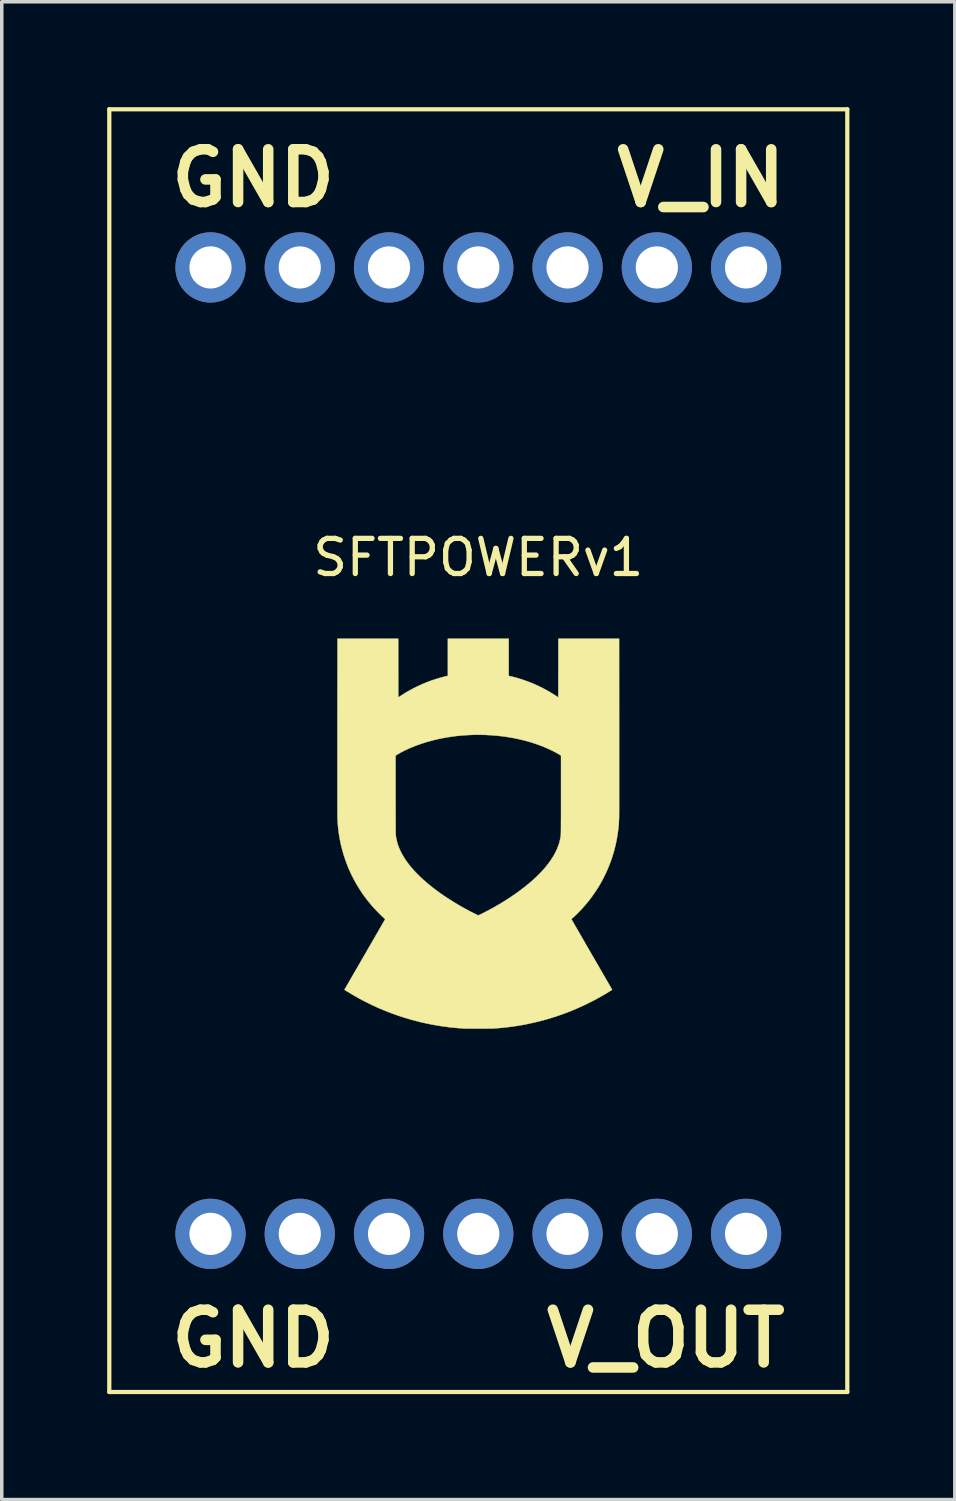
<source format=kicad_pcb>
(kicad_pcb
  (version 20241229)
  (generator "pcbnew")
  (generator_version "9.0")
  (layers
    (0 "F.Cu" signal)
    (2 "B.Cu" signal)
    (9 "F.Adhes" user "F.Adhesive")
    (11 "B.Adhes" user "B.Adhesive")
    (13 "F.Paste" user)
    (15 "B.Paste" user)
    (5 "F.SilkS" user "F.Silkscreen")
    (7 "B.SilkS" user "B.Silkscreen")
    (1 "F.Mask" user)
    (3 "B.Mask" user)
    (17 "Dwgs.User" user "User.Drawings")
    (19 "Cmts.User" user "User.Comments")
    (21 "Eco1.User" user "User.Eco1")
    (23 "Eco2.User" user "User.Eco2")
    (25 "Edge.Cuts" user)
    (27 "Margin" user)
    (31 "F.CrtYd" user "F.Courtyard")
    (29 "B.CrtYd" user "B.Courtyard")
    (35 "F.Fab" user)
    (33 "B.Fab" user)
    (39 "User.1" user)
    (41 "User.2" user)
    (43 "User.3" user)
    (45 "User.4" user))
  (footprint "SFTPOWERv1"
    (layer "F.Cu")
    (at 10.56 4.56)
    (property "Reference" "SFTPOWERv1" (at 0 8.255 0) (layer "F.SilkS") (effects (font (size 1 1) (thickness 0.15))))
    (attr through_hole)
    (fp_line (start -10.5 -4.5) (end 10.5 -4.5) (stroke (width 0.12) (type solid)) (layer "F.SilkS"))
    (fp_line (start -10.5 32) (end -10.5 -4.5) (stroke (width 0.12) (type solid)) (layer "F.SilkS"))
    (fp_line (start 10.5 -4.5) (end 10.5 32) (stroke (width 0.12) (type solid)) (layer "F.SilkS"))
    (fp_line (start 10.5 32) (end -10.5 32) (stroke (width 0.12) (type solid)) (layer "F.SilkS"))
    (fp_poly (pts (xy -2.278 11.399) (xy -2.278 11.467) (xy -2.278 11.534) (xy -2.277 11.599) (xy -2.277 11.663) (xy -2.277 11.724) (xy -2.277 11.782) (xy -2.277 11.838) (xy -2.277 11.892) (xy -2.277 11.942) (xy -2.277 11.989) (xy -2.277 12.033) (xy -2.277 12.073) (xy -2.277 12.109) (xy -2.276 12.141) (xy -2.276 12.168) (xy -2.276 12.191) (xy -2.276 12.21) (xy -2.276 12.223) (xy -2.276 12.231) (xy -2.275 12.234) (xy -2.273 12.232) (xy -2.266 12.228) (xy -2.255 12.221) (xy -2.242 12.212) (xy -2.227 12.202) (xy -2.211 12.192) (xy -2.145 12.149) (xy -2.08 12.108) (xy -2.016 12.07) (xy -1.951 12.033) (xy -1.884 11.997) (xy -1.813 11.96) (xy -1.777 11.942) (xy -1.642 11.879) (xy -1.506 11.82) (xy -1.369 11.767) (xy -1.23 11.72) (xy -1.088 11.677) (xy -0.944 11.639) (xy -0.888 11.626) (xy -0.866 11.621) (xy -0.866 10.564) (xy 0.866 10.564) (xy 0.866 11.621) (xy 0.883 11.624) (xy 0.899 11.628) (xy 0.919 11.633) (xy 0.943 11.639) (xy 0.97 11.646) (xy 0.998 11.653) (xy 1.027 11.66) (xy 1.055 11.668) (xy 1.081 11.675) (xy 1.106 11.682) (xy 1.117 11.685) (xy 1.25 11.726) (xy 1.383 11.773) (xy 1.515 11.824) (xy 1.646 11.88) (xy 1.775 11.941) (xy 1.901 12.006) (xy 2.024 12.075) (xy 2.144 12.148) (xy 2.23 12.203) (xy 2.243 12.213) (xy 2.256 12.221) (xy 2.266 12.228) (xy 2.273 12.232) (xy 2.275 12.234) (xy 2.276 12.231) (xy 2.276 12.223) (xy 2.276 12.21) (xy 2.276 12.191) (xy 2.276 12.168) (xy 2.276 12.141) (xy 2.277 12.109) (xy 2.277 12.073) (xy 2.277 12.033) (xy 2.277 11.989) (xy 2.277 11.942) (xy 2.277 11.892) (xy 2.277 11.838) (xy 2.277 11.782) (xy 2.277 11.723) (xy 2.277 11.662) (xy 2.277 11.599) (xy 2.278 11.534) (xy 2.278 11.467) (xy 2.278 11.399) (xy 2.278 10.564) (xy 4.007 10.564) (xy 4.008 13.039) (xy 4.008 13.158) (xy 4.008 13.276) (xy 4.008 13.392) (xy 4.008 13.507) (xy 4.008 13.62) (xy 4.008 13.732) (xy 4.008 13.841) (xy 4.008 13.949) (xy 4.008 14.055) (xy 4.008 14.158) (xy 4.008 14.259) (xy 4.008 14.358) (xy 4.008 14.453) (xy 4.008 14.547) (xy 4.008 14.637) (xy 4.008 14.724) (xy 4.008 14.808) (xy 4.008 14.888) (xy 4.008 14.966) (xy 4.008 15.039) (xy 4.008 15.109) (xy 4.008 15.175) (xy 4.008 15.237) (xy 4.008 15.295) (xy 4.008 15.348) (xy 4.008 15.398) (xy 4.008 15.442) (xy 4.008 15.482) (xy 4.007 15.517) (xy 4.007 15.548) (xy 4.007 15.573) (xy 4.007 15.593) (xy 4.007 15.608) (xy 4.007 15.617) (xy 4.007 15.618) (xy 4.006 15.678) (xy 4.003 15.734) (xy 4.001 15.788) (xy 3.997 15.841) (xy 3.992 15.896) (xy 3.987 15.953) (xy 3.983 15.984) (xy 3.964 16.131) (xy 3.939 16.277) (xy 3.909 16.422) (xy 3.874 16.566) (xy 3.833 16.708) (xy 3.787 16.849) (xy 3.735 16.989) (xy 3.679 17.126) (xy 3.618 17.261) (xy 3.552 17.394) (xy 3.481 17.524) (xy 3.405 17.651) (xy 3.324 17.775) (xy 3.239 17.897) (xy 3.194 17.958) (xy 3.128 18.042) (xy 3.058 18.126) (xy 2.986 18.209) (xy 2.912 18.29) (xy 2.836 18.368) (xy 2.761 18.442) (xy 2.685 18.512) (xy 2.673 18.522) (xy 2.664 18.531) (xy 2.656 18.538) (xy 2.651 18.543) (xy 2.65 18.545) (xy 2.651 18.548) (xy 2.656 18.555) (xy 2.662 18.567) (xy 2.671 18.583) (xy 2.683 18.603) (xy 2.697 18.627) (xy 2.713 18.655) (xy 2.731 18.686) (xy 2.751 18.721) (xy 2.772 18.758) (xy 2.796 18.799) (xy 2.821 18.842) (xy 2.847 18.888) (xy 2.875 18.936) (xy 2.904 18.987) (xy 2.934 19.039) (xy 2.965 19.093) (xy 2.997 19.148) (xy 3.03 19.205) (xy 3.063 19.263) (xy 3.097 19.322) (xy 3.132 19.381) (xy 3.166 19.441) (xy 3.201 19.502) (xy 3.236 19.562) (xy 3.271 19.623) (xy 3.306 19.683) (xy 3.341 19.743) (xy 3.375 19.802) (xy 3.409 19.86) (xy 3.442 19.918) (xy 3.474 19.974) (xy 3.506 20.028) (xy 3.536 20.081) (xy 3.566 20.133) (xy 3.594 20.182) (xy 3.621 20.229) (xy 3.647 20.273) (xy 3.671 20.315) (xy 3.694 20.354) (xy 3.715 20.39) (xy 3.734 20.423) (xy 3.751 20.452) (xy 3.766 20.478) (xy 3.779 20.5) (xy 3.789 20.518) (xy 3.797 20.531) (xy 3.803 20.541) (xy 3.806 20.545) (xy 3.806 20.546) (xy 3.809 20.551) (xy 3.808 20.554) (xy 3.805 20.556) (xy 3.798 20.561) (xy 3.788 20.567) (xy 3.774 20.576) (xy 3.759 20.585) (xy 3.749 20.592) (xy 3.577 20.696) (xy 3.403 20.795) (xy 3.227 20.888) (xy 3.048 20.977) (xy 2.867 21.06) (xy 2.684 21.139) (xy 2.499 21.212) (xy 2.312 21.279) (xy 2.123 21.342) (xy 1.932 21.399) (xy 1.739 21.451) (xy 1.544 21.497) (xy 1.348 21.539) (xy 1.224 21.562) (xy 1.118 21.579) (xy 1.008 21.596) (xy 0.896 21.611) (xy 0.784 21.625) (xy 0.672 21.636) (xy 0.563 21.646) (xy 0.556 21.646) (xy 0.534 21.648) (xy 0.514 21.65) (xy 0.496 21.651) (xy 0.479 21.652) (xy 0.463 21.653) (xy 0.448 21.654) (xy 0.433 21.655) (xy 0.418 21.656) (xy 0.401 21.657) (xy 0.384 21.657) (xy 0.366 21.658) (xy 0.346 21.658) (xy 0.323 21.658) (xy 0.298 21.658) (xy 0.271 21.659) (xy 0.239 21.659) (xy 0.204 21.659) (xy 0.165 21.659) (xy 0.122 21.659) (xy 0.073 21.659) (xy 0.021 21.659) (xy -0.037 21.659) (xy -0.09 21.659) (xy -0.138 21.659) (xy -0.181 21.659) (xy -0.22 21.659) (xy -0.254 21.659) (xy -0.285 21.659) (xy -0.312 21.659) (xy -0.336 21.659) (xy -0.356 21.658) (xy -0.374 21.658) (xy -0.389 21.657) (xy -0.402 21.657) (xy -0.414 21.656) (xy -0.418 21.656) (xy -0.602 21.642) (xy -0.783 21.625) (xy -0.961 21.602) (xy -1.137 21.576) (xy -1.311 21.545) (xy -1.485 21.51) (xy -1.659 21.471) (xy -1.701 21.46) (xy -1.895 21.409) (xy -2.086 21.353) (xy -2.276 21.292) (xy -2.463 21.225) (xy -2.649 21.153) (xy -2.832 21.076) (xy -3.013 20.994) (xy -3.192 20.906) (xy -3.369 20.813) (xy -3.544 20.715) (xy -3.716 20.612) (xy -3.744 20.594) (xy -3.764 20.582) (xy -3.779 20.573) (xy -3.79 20.565) (xy -3.798 20.56) (xy -3.803 20.556) (xy -3.806 20.553) (xy -3.807 20.551) (xy -3.807 20.549) (xy -3.806 20.547) (xy -3.804 20.544) (xy -3.8 20.537) (xy -3.793 20.525) (xy -3.783 20.508) (xy -3.771 20.488) (xy -3.757 20.463) (xy -3.741 20.435) (xy -3.723 20.404) (xy -3.702 20.369) (xy -3.68 20.331) (xy -3.657 20.29) (xy -3.632 20.246) (xy -3.605 20.2) (xy -3.577 20.152) (xy -3.548 20.102) (xy -3.518 20.049) (xy -3.486 19.995) (xy -3.454 19.94) (xy -3.421 19.883) (xy -3.388 19.825) (xy -3.354 19.766) (xy -3.32 19.706) (xy -3.285 19.646) (xy -3.25 19.586) (xy -3.215 19.525) (xy -3.18 19.465) (xy -3.145 19.404) (xy -3.111 19.345) (xy -3.076 19.285) (xy -3.043 19.227) (xy -3.01 19.17) (xy -2.978 19.114) (xy -2.946 19.059) (xy -2.916 19.007) (xy -2.886 18.956) (xy -2.858 18.907) (xy -2.831 18.86) (xy -2.806 18.816) (xy -2.782 18.774) (xy -2.759 18.735) (xy -2.739 18.7) (xy -2.72 18.667) (xy -2.703 18.638) (xy -2.689 18.613) (xy -2.676 18.591) (xy -2.666 18.574) (xy -2.658 18.56) (xy -2.653 18.551) (xy -2.651 18.547) (xy -2.651 18.547) (xy -2.652 18.544) (xy -2.658 18.538) (xy -2.667 18.529) (xy -2.678 18.519) (xy -2.691 18.507) (xy -2.701 18.497) (xy -2.745 18.457) (xy -2.79 18.413) (xy -2.837 18.367) (xy -2.884 18.318) (xy -2.931 18.269) (xy -2.977 18.219) (xy -3.021 18.17) (xy -3.043 18.144) (xy -3.138 18.029) (xy -3.229 17.911) (xy -3.315 17.79) (xy -3.396 17.665) (xy -3.472 17.538) (xy -3.544 17.408) (xy -3.611 17.276) (xy -3.673 17.141) (xy -3.73 17.004) (xy -3.781 16.865) (xy -3.828 16.725) (xy -3.869 16.582) (xy -3.906 16.438) (xy -3.936 16.292) (xy -3.962 16.145) (xy -3.982 15.997) (xy -3.991 15.916) (xy -3.996 15.855) (xy -4 15.796) (xy -4.003 15.736) (xy -4.006 15.674) (xy -4.007 15.62) (xy -4.007 15.612) (xy -4.007 15.598) (xy -4.007 15.58) (xy -4.007 15.556) (xy -4.007 15.527) (xy -4.008 15.493) (xy -4.008 15.454) (xy -4.008 15.41) (xy -4.008 15.362) (xy -4.008 15.31) (xy -4.008 15.253) (xy -4.008 15.192) (xy -4.008 15.127) (xy -4.008 15.058) (xy -4.008 14.985) (xy -4.008 14.909) (xy -4.008 14.829) (xy -4.008 14.746) (xy -4.008 14.659) (xy -4.008 14.57) (xy -4.008 14.477) (xy -4.008 14.382) (xy -4.008 14.284) (xy -4.008 14.184) (xy -4.008 14.081) (xy -4.008 13.976) (xy -4.008 13.891) (xy -2.354 13.891) (xy -2.353 15.009) (xy -2.353 15.104) (xy -2.353 15.194) (xy -2.353 15.278) (xy -2.353 15.357) (xy -2.353 15.431) (xy -2.352 15.5) (xy -2.352 15.565) (xy -2.352 15.625) (xy -2.352 15.681) (xy -2.352 15.732) (xy -2.352 15.78) (xy -2.352 15.824) (xy -2.352 15.864) (xy -2.352 15.901) (xy -2.352 15.934) (xy -2.351 15.965) (xy -2.351 15.992) (xy -2.351 16.017) (xy -2.351 16.039) (xy -2.351 16.059) (xy -2.351 16.076) (xy -2.35 16.091) (xy -2.35 16.104) (xy -2.35 16.116) (xy -2.35 16.125) (xy -2.349 16.134) (xy -2.349 16.141) (xy -2.349 16.147) (xy -2.348 16.152) (xy -2.348 16.156) (xy -2.348 16.16) (xy -2.347 16.163) (xy -2.334 16.242) (xy -2.318 16.318) (xy -2.298 16.392) (xy -2.274 16.466) (xy -2.245 16.538) (xy -2.212 16.611) (xy -2.174 16.685) (xy -2.132 16.758) (xy -2.081 16.84) (xy -2.024 16.922) (xy -1.961 17.005) (xy -1.893 17.087) (xy -1.82 17.17) (xy -1.742 17.252) (xy -1.658 17.335) (xy -1.57 17.417) (xy -1.477 17.499) (xy -1.379 17.581) (xy -1.276 17.662) (xy -1.169 17.743) (xy -1.057 17.824) (xy -0.941 17.903) (xy -0.82 17.982) (xy -0.695 18.061) (xy -0.566 18.138) (xy -0.433 18.215) (xy -0.306 18.284) (xy -0.29 18.293) (xy -0.272 18.303) (xy -0.251 18.314) (xy -0.228 18.325) (xy -0.204 18.338) (xy -0.179 18.35) (xy -0.153 18.363) (xy -0.129 18.376) (xy -0.104 18.388) (xy -0.081 18.399) (xy -0.06 18.41) (xy -0.042 18.419) (xy -0.026 18.426) (xy -0.013 18.432) (xy -0.005 18.436) (xy -0.001 18.438) (xy -0.001 18.438) (xy 0.003 18.436) (xy 0.011 18.433) (xy 0.023 18.428) (xy 0.037 18.421) (xy 0.053 18.414) (xy 0.061 18.41) (xy 0.105 18.388) (xy 0.154 18.364) (xy 0.205 18.338) (xy 0.258 18.31) (xy 0.311 18.282) (xy 0.364 18.253) (xy 0.416 18.224) (xy 0.465 18.197) (xy 0.488 18.183) (xy 0.62 18.107) (xy 0.747 18.029) (xy 0.871 17.95) (xy 0.99 17.87) (xy 1.105 17.789) (xy 1.216 17.708) (xy 1.322 17.626) (xy 1.424 17.544) (xy 1.52 17.462) (xy 1.612 17.379) (xy 1.698 17.296) (xy 1.779 17.214) (xy 1.855 17.131) (xy 1.864 17.121) (xy 1.934 17.038) (xy 2 16.954) (xy 2.06 16.871) (xy 2.114 16.788) (xy 2.162 16.706) (xy 2.205 16.624) (xy 2.243 16.542) (xy 2.275 16.46) (xy 2.302 16.379) (xy 2.323 16.298) (xy 2.337 16.229) (xy 2.338 16.221) (xy 2.34 16.213) (xy 2.341 16.206) (xy 2.342 16.199) (xy 2.343 16.193) (xy 2.344 16.186) (xy 2.345 16.178) (xy 2.346 16.17) (xy 2.347 16.162) (xy 2.348 16.153) (xy 2.348 16.143) (xy 2.349 16.131) (xy 2.35 16.119) (xy 2.35 16.104) (xy 2.351 16.088) (xy 2.351 16.071) (xy 2.351 16.051) (xy 2.352 16.029) (xy 2.352 16.004) (xy 2.352 15.977) (xy 2.353 15.948) (xy 2.353 15.915) (xy 2.353 15.879) (xy 2.353 15.841) (xy 2.353 15.798) (xy 2.353 15.752) (xy 2.354 15.702) (xy 2.354 15.649) (xy 2.354 15.591) (xy 2.354 15.529) (xy 2.354 15.462) (xy 2.354 15.391) (xy 2.354 15.315) (xy 2.354 15.234) (xy 2.354 15.148) (xy 2.354 15.056) (xy 2.354 14.987) (xy 2.354 13.891) (xy 2.329 13.875) (xy 2.299 13.856) (xy 2.264 13.836) (xy 2.225 13.814) (xy 2.181 13.791) (xy 2.133 13.766) (xy 2.124 13.761) (xy 2.007 13.705) (xy 1.885 13.652) (xy 1.76 13.602) (xy 1.631 13.556) (xy 1.498 13.513) (xy 1.362 13.474) (xy 1.224 13.439) (xy 1.082 13.407) (xy 0.939 13.38) (xy 0.794 13.356) (xy 0.691 13.342) (xy 0.527 13.324) (xy 0.362 13.311) (xy 0.196 13.302) (xy 0.03 13.299) (xy -0.135 13.3) (xy -0.3 13.307) (xy -0.464 13.318) (xy -0.627 13.334) (xy -0.788 13.356) (xy -0.948 13.382) (xy -1.105 13.412) (xy -1.26 13.448) (xy -1.322 13.464) (xy -1.417 13.49) (xy -1.512 13.518) (xy -1.605 13.548) (xy -1.698 13.58) (xy -1.788 13.614) (xy -1.876 13.648) (xy -1.961 13.684) (xy -2.043 13.721) (xy -2.121 13.759) (xy -2.195 13.797) (xy -2.264 13.836) (xy -2.328 13.875) (xy -2.335 13.879) (xy -2.354 13.891) (xy -4.008 13.891) (xy -4.008 13.869) (xy -4.008 13.759) (xy -4.008 13.648) (xy -4.008 13.535) (xy -4.008 13.421) (xy -4.008 13.305) (xy -4.008 13.188) (xy -4.008 13.069) (xy -4.008 13.039) (xy -4.007 10.564) (xy -2.278 10.564) (xy -2.278 11.399)) (stroke (width 0.01) (type solid)) (fill yes) (layer "F.SilkS"))
    (fp_text user "GND" (at -8.89 -2.54 0) (layer "F.SilkS") (effects (font (size 1.5 1.5) (thickness 0.3)) (justify left)))
    (fp_text user "V_IN" (at 8.89 -2.54 0) (layer "F.SilkS") (effects (font (size 1.5 1.5) (thickness 0.3)) (justify right)))
    (fp_text user "GND" (at -8.89 30.48 0) (layer "F.SilkS") (effects (font (size 1.5 1.5) (thickness 0.3)) (justify left)))
    (fp_text user "V_OUT" (at 8.89 30.48 0) (layer "F.SilkS") (effects (font (size 1.5 1.5) (thickness 0.3)) (justify right)))
    (pad "1" thru_hole circle (at 0 0) (size 2 2) (drill 1.2) (layers "*.Cu" "*.Mask"))
    (pad "1" thru_hole circle (at 2.54 0) (size 2 2) (drill 1.2) (layers "*.Cu" "*.Mask"))
    (pad "1" thru_hole circle (at 5.08 0) (size 2 2) (drill 1.2) (layers "*.Cu" "*.Mask"))
    (pad "1" thru_hole circle (at 7.62 0) (size 2 2) (drill 1.2) (layers "*.Cu" "*.Mask"))
    (pad "2" thru_hole circle (at 2.54 27.5) (size 2 2) (drill 1.2) (layers "*.Cu" "*.Mask"))
    (pad "2" thru_hole circle (at 5.08 27.5) (size 2 2) (drill 1.2) (layers "*.Cu" "*.Mask"))
    (pad "2" thru_hole circle (at 7.62 27.5) (size 2 2) (drill 1.2) (layers "*.Cu" "*.Mask"))
    (pad "3" thru_hole circle (at -7.62 0) (size 2 2) (drill 1.2) (layers "*.Cu" "*.Mask"))
    (pad "3" thru_hole circle (at -5.08 0) (size 2 2) (drill 1.2) (layers "*.Cu" "*.Mask"))
    (pad "3" thru_hole circle (at -2.54 0) (size 2 2) (drill 1.2) (layers "*.Cu" "*.Mask"))
    (pad "4" thru_hole circle (at -7.62 27.5) (size 2 2) (drill 1.2) (layers "*.Cu" "*.Mask"))
    (pad "4" thru_hole circle (at -5.08 27.5) (size 2 2) (drill 1.2) (layers "*.Cu" "*.Mask"))
    (pad "4" thru_hole circle (at -2.54 27.5) (size 2 2) (drill 1.2) (layers "*.Cu" "*.Mask"))
    (pad "4" thru_hole circle (at 0 27.5) (size 2 2) (drill 1.2) (layers "*.Cu" "*.Mask")))
  (gr_rect
    (start -3 -3)
    (end 24.12 39.62)
    (stroke (width 0.1) (type default))
    (fill no)
    (layer "Edge.Cuts")))
</source>
